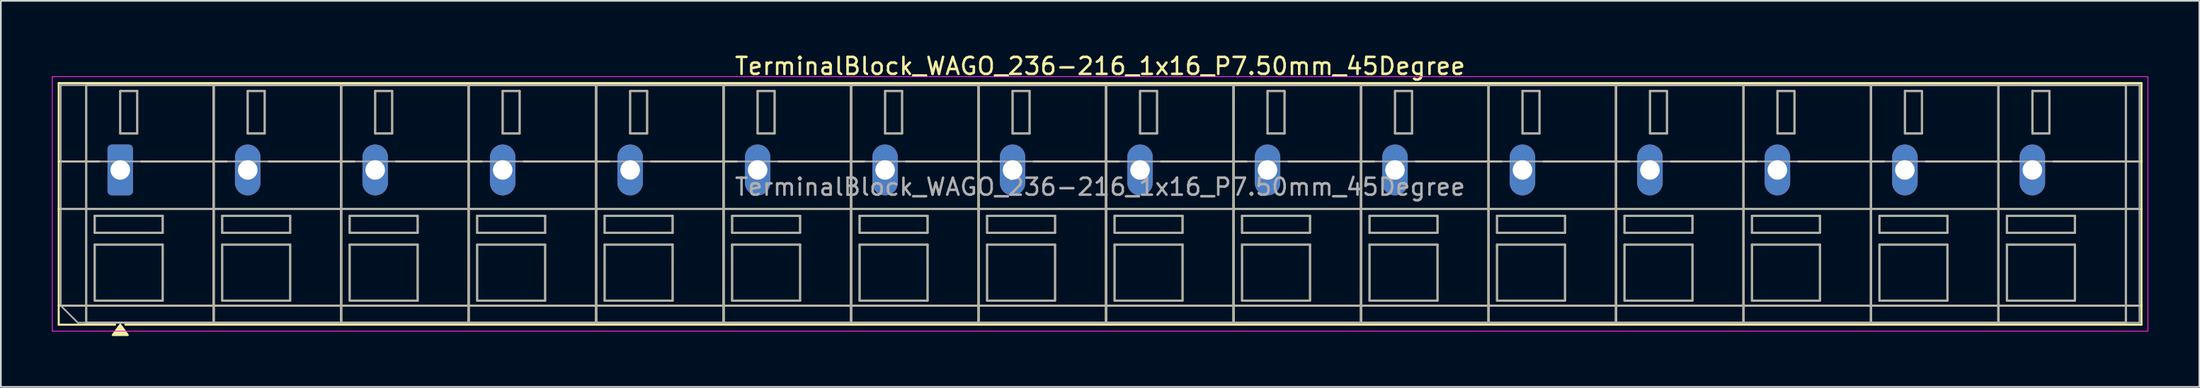
<source format=kicad_pcb>
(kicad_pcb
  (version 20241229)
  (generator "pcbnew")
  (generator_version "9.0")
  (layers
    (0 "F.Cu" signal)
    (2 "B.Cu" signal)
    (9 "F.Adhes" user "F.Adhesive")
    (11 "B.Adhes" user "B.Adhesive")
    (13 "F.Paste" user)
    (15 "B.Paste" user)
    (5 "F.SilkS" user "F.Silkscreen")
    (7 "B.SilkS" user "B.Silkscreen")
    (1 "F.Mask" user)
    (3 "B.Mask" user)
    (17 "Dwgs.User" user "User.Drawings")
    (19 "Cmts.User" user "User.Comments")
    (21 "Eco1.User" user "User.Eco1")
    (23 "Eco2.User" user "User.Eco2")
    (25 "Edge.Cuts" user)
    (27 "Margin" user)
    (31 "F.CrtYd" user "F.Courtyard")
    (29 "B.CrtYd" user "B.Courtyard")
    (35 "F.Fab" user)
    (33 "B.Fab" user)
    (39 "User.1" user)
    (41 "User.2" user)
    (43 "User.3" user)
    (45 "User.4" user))
  (footprint "TerminalBlock_WAGO_236-216_1x16_P7.50mm_45Degree"
    (layer "F.Cu")
    (at 4.025 6.968)
    (property "Reference" "TerminalBlock_WAGO_236-216_1x16_P7.50mm_45Degree" (at 57.65 -6.12 0) (layer "F.SilkS") (effects (font (size 1 1) (thickness 0.15))))
    (attr through_hole)
    (fp_line (start -3.62 -5.12) (end 118.92 -5.12) (stroke (width 0.12) (type solid)) (layer "F.SilkS"))
    (fp_line (start -3.62 -0.5) (end -1.23 -0.5) (stroke (width 0.12) (type solid)) (layer "F.SilkS"))
    (fp_line (start -3.62 2.3) (end 118.92 2.3) (stroke (width 0.12) (type solid)) (layer "F.SilkS"))
    (fp_line (start -3.62 8) (end 118.92 8) (stroke (width 0.12) (type solid)) (layer "F.SilkS"))
    (fp_line (start -3.62 9.12) (end -3.62 -5.12) (stroke (width 0.12) (type solid)) (layer "F.SilkS"))
    (fp_line (start -2 -5) (end 5.5 -5) (stroke (width 0.12) (type solid)) (layer "F.SilkS"))
    (fp_line (start -2 9) (end -2 -5) (stroke (width 0.12) (type solid)) (layer "F.SilkS"))
    (fp_line (start -1.5 2.7) (end 2.5 2.7) (stroke (width 0.12) (type solid)) (layer "F.SilkS"))
    (fp_line (start -1.5 3.7) (end -1.5 2.7) (stroke (width 0.12) (type solid)) (layer "F.SilkS"))
    (fp_line (start -1.5 4.4) (end 2.5 4.4) (stroke (width 0.12) (type solid)) (layer "F.SilkS"))
    (fp_line (start -1.5 7.7) (end -1.5 4.4) (stroke (width 0.12) (type solid)) (layer "F.SilkS"))
    (fp_line (start -0.3 9.12) (end -3.62 9.12) (stroke (width 0.12) (type solid)) (layer "F.SilkS"))
    (fp_line (start 0 -4.65) (end 1 -4.65) (stroke (width 0.12) (type solid)) (layer "F.SilkS"))
    (fp_line (start 0 -2.15) (end 0 -4.65) (stroke (width 0.12) (type solid)) (layer "F.SilkS"))
    (fp_line (start 1 -4.65) (end 1 -2.15) (stroke (width 0.12) (type solid)) (layer "F.SilkS"))
    (fp_line (start 1 -2.15) (end 0 -2.15) (stroke (width 0.12) (type solid)) (layer "F.SilkS"))
    (fp_line (start 1.23 -0.5) (end 6.27 -0.5) (stroke (width 0.12) (type solid)) (layer "F.SilkS"))
    (fp_line (start 2.5 2.7) (end 2.5 3.7) (stroke (width 0.12) (type solid)) (layer "F.SilkS"))
    (fp_line (start 2.5 3.7) (end -1.5 3.7) (stroke (width 0.12) (type solid)) (layer "F.SilkS"))
    (fp_line (start 2.5 4.4) (end 2.5 7.7) (stroke (width 0.12) (type solid)) (layer "F.SilkS"))
    (fp_line (start 2.5 7.7) (end -1.5 7.7) (stroke (width 0.12) (type solid)) (layer "F.SilkS"))
    (fp_line (start 5.5 -5) (end 5.5 9) (stroke (width 0.12) (type solid)) (layer "F.SilkS"))
    (fp_line (start 5.5 -5) (end 13 -5) (stroke (width 0.12) (type solid)) (layer "F.SilkS"))
    (fp_line (start 5.5 9) (end -2 9) (stroke (width 0.12) (type solid)) (layer "F.SilkS"))
    (fp_line (start 5.5 9) (end 5.5 -5) (stroke (width 0.12) (type solid)) (layer "F.SilkS"))
    (fp_line (start 6 2.7) (end 10 2.7) (stroke (width 0.12) (type solid)) (layer "F.SilkS"))
    (fp_line (start 6 3.7) (end 6 2.7) (stroke (width 0.12) (type solid)) (layer "F.SilkS"))
    (fp_line (start 6 4.4) (end 10 4.4) (stroke (width 0.12) (type solid)) (layer "F.SilkS"))
    (fp_line (start 6 7.7) (end 6 4.4) (stroke (width 0.12) (type solid)) (layer "F.SilkS"))
    (fp_line (start 7.5 -4.65) (end 8.5 -4.65) (stroke (width 0.12) (type solid)) (layer "F.SilkS"))
    (fp_line (start 7.5 -2.15) (end 7.5 -4.65) (stroke (width 0.12) (type solid)) (layer "F.SilkS"))
    (fp_line (start 8.5 -4.65) (end 8.5 -2.15) (stroke (width 0.12) (type solid)) (layer "F.SilkS"))
    (fp_line (start 8.5 -2.15) (end 7.5 -2.15) (stroke (width 0.12) (type solid)) (layer "F.SilkS"))
    (fp_line (start 8.73 -0.5) (end 13.77 -0.5) (stroke (width 0.12) (type solid)) (layer "F.SilkS"))
    (fp_line (start 10 2.7) (end 10 3.7) (stroke (width 0.12) (type solid)) (layer "F.SilkS"))
    (fp_line (start 10 3.7) (end 6 3.7) (stroke (width 0.12) (type solid)) (layer "F.SilkS"))
    (fp_line (start 10 4.4) (end 10 7.7) (stroke (width 0.12) (type solid)) (layer "F.SilkS"))
    (fp_line (start 10 7.7) (end 6 7.7) (stroke (width 0.12) (type solid)) (layer "F.SilkS"))
    (fp_line (start 13 -5) (end 13 9) (stroke (width 0.12) (type solid)) (layer "F.SilkS"))
    (fp_line (start 13 -5) (end 20.5 -5) (stroke (width 0.12) (type solid)) (layer "F.SilkS"))
    (fp_line (start 13 9) (end 5.5 9) (stroke (width 0.12) (type solid)) (layer "F.SilkS"))
    (fp_line (start 13 9) (end 13 -5) (stroke (width 0.12) (type solid)) (layer "F.SilkS"))
    (fp_line (start 13.5 2.7) (end 17.5 2.7) (stroke (width 0.12) (type solid)) (layer "F.SilkS"))
    (fp_line (start 13.5 3.7) (end 13.5 2.7) (stroke (width 0.12) (type solid)) (layer "F.SilkS"))
    (fp_line (start 13.5 4.4) (end 17.5 4.4) (stroke (width 0.12) (type solid)) (layer "F.SilkS"))
    (fp_line (start 13.5 7.7) (end 13.5 4.4) (stroke (width 0.12) (type solid)) (layer "F.SilkS"))
    (fp_line (start 15 -4.65) (end 16 -4.65) (stroke (width 0.12) (type solid)) (layer "F.SilkS"))
    (fp_line (start 15 -2.15) (end 15 -4.65) (stroke (width 0.12) (type solid)) (layer "F.SilkS"))
    (fp_line (start 16 -4.65) (end 16 -2.15) (stroke (width 0.12) (type solid)) (layer "F.SilkS"))
    (fp_line (start 16 -2.15) (end 15 -2.15) (stroke (width 0.12) (type solid)) (layer "F.SilkS"))
    (fp_line (start 16.23 -0.5) (end 21.27 -0.5) (stroke (width 0.12) (type solid)) (layer "F.SilkS"))
    (fp_line (start 17.5 2.7) (end 17.5 3.7) (stroke (width 0.12) (type solid)) (layer "F.SilkS"))
    (fp_line (start 17.5 3.7) (end 13.5 3.7) (stroke (width 0.12) (type solid)) (layer "F.SilkS"))
    (fp_line (start 17.5 4.4) (end 17.5 7.7) (stroke (width 0.12) (type solid)) (layer "F.SilkS"))
    (fp_line (start 17.5 7.7) (end 13.5 7.7) (stroke (width 0.12) (type solid)) (layer "F.SilkS"))
    (fp_line (start 20.5 -5) (end 20.5 9) (stroke (width 0.12) (type solid)) (layer "F.SilkS"))
    (fp_line (start 20.5 -5) (end 28 -5) (stroke (width 0.12) (type solid)) (layer "F.SilkS"))
    (fp_line (start 20.5 9) (end 13 9) (stroke (width 0.12) (type solid)) (layer "F.SilkS"))
    (fp_line (start 20.5 9) (end 20.5 -5) (stroke (width 0.12) (type solid)) (layer "F.SilkS"))
    (fp_line (start 21 2.7) (end 25 2.7) (stroke (width 0.12) (type solid)) (layer "F.SilkS"))
    (fp_line (start 21 3.7) (end 21 2.7) (stroke (width 0.12) (type solid)) (layer "F.SilkS"))
    (fp_line (start 21 4.4) (end 25 4.4) (stroke (width 0.12) (type solid)) (layer "F.SilkS"))
    (fp_line (start 21 7.7) (end 21 4.4) (stroke (width 0.12) (type solid)) (layer "F.SilkS"))
    (fp_line (start 22.5 -4.65) (end 23.5 -4.65) (stroke (width 0.12) (type solid)) (layer "F.SilkS"))
    (fp_line (start 22.5 -2.15) (end 22.5 -4.65) (stroke (width 0.12) (type solid)) (layer "F.SilkS"))
    (fp_line (start 23.5 -4.65) (end 23.5 -2.15) (stroke (width 0.12) (type solid)) (layer "F.SilkS"))
    (fp_line (start 23.5 -2.15) (end 22.5 -2.15) (stroke (width 0.12) (type solid)) (layer "F.SilkS"))
    (fp_line (start 23.73 -0.5) (end 28.77 -0.5) (stroke (width 0.12) (type solid)) (layer "F.SilkS"))
    (fp_line (start 25 2.7) (end 25 3.7) (stroke (width 0.12) (type solid)) (layer "F.SilkS"))
    (fp_line (start 25 3.7) (end 21 3.7) (stroke (width 0.12) (type solid)) (layer "F.SilkS"))
    (fp_line (start 25 4.4) (end 25 7.7) (stroke (width 0.12) (type solid)) (layer "F.SilkS"))
    (fp_line (start 25 7.7) (end 21 7.7) (stroke (width 0.12) (type solid)) (layer "F.SilkS"))
    (fp_line (start 28 -5) (end 28 9) (stroke (width 0.12) (type solid)) (layer "F.SilkS"))
    (fp_line (start 28 -5) (end 35.5 -5) (stroke (width 0.12) (type solid)) (layer "F.SilkS"))
    (fp_line (start 28 9) (end 20.5 9) (stroke (width 0.12) (type solid)) (layer "F.SilkS"))
    (fp_line (start 28 9) (end 28 -5) (stroke (width 0.12) (type solid)) (layer "F.SilkS"))
    (fp_line (start 28.5 2.7) (end 32.5 2.7) (stroke (width 0.12) (type solid)) (layer "F.SilkS"))
    (fp_line (start 28.5 3.7) (end 28.5 2.7) (stroke (width 0.12) (type solid)) (layer "F.SilkS"))
    (fp_line (start 28.5 4.4) (end 32.5 4.4) (stroke (width 0.12) (type solid)) (layer "F.SilkS"))
    (fp_line (start 28.5 7.7) (end 28.5 4.4) (stroke (width 0.12) (type solid)) (layer "F.SilkS"))
    (fp_line (start 30 -4.65) (end 31 -4.65) (stroke (width 0.12) (type solid)) (layer "F.SilkS"))
    (fp_line (start 30 -2.15) (end 30 -4.65) (stroke (width 0.12) (type solid)) (layer "F.SilkS"))
    (fp_line (start 31 -4.65) (end 31 -2.15) (stroke (width 0.12) (type solid)) (layer "F.SilkS"))
    (fp_line (start 31 -2.15) (end 30 -2.15) (stroke (width 0.12) (type solid)) (layer "F.SilkS"))
    (fp_line (start 31.23 -0.5) (end 36.27 -0.5) (stroke (width 0.12) (type solid)) (layer "F.SilkS"))
    (fp_line (start 32.5 2.7) (end 32.5 3.7) (stroke (width 0.12) (type solid)) (layer "F.SilkS"))
    (fp_line (start 32.5 3.7) (end 28.5 3.7) (stroke (width 0.12) (type solid)) (layer "F.SilkS"))
    (fp_line (start 32.5 4.4) (end 32.5 7.7) (stroke (width 0.12) (type solid)) (layer "F.SilkS"))
    (fp_line (start 32.5 7.7) (end 28.5 7.7) (stroke (width 0.12) (type solid)) (layer "F.SilkS"))
    (fp_line (start 35.5 -5) (end 35.5 9) (stroke (width 0.12) (type solid)) (layer "F.SilkS"))
    (fp_line (start 35.5 -5) (end 43 -5) (stroke (width 0.12) (type solid)) (layer "F.SilkS"))
    (fp_line (start 35.5 9) (end 28 9) (stroke (width 0.12) (type solid)) (layer "F.SilkS"))
    (fp_line (start 35.5 9) (end 35.5 -5) (stroke (width 0.12) (type solid)) (layer "F.SilkS"))
    (fp_line (start 36 2.7) (end 40 2.7) (stroke (width 0.12) (type solid)) (layer "F.SilkS"))
    (fp_line (start 36 3.7) (end 36 2.7) (stroke (width 0.12) (type solid)) (layer "F.SilkS"))
    (fp_line (start 36 4.4) (end 40 4.4) (stroke (width 0.12) (type solid)) (layer "F.SilkS"))
    (fp_line (start 36 7.7) (end 36 4.4) (stroke (width 0.12) (type solid)) (layer "F.SilkS"))
    (fp_line (start 37.5 -4.65) (end 38.5 -4.65) (stroke (width 0.12) (type solid)) (layer "F.SilkS"))
    (fp_line (start 37.5 -2.15) (end 37.5 -4.65) (stroke (width 0.12) (type solid)) (layer "F.SilkS"))
    (fp_line (start 38.5 -4.65) (end 38.5 -2.15) (stroke (width 0.12) (type solid)) (layer "F.SilkS"))
    (fp_line (start 38.5 -2.15) (end 37.5 -2.15) (stroke (width 0.12) (type solid)) (layer "F.SilkS"))
    (fp_line (start 38.73 -0.5) (end 43.77 -0.5) (stroke (width 0.12) (type solid)) (layer "F.SilkS"))
    (fp_line (start 40 2.7) (end 40 3.7) (stroke (width 0.12) (type solid)) (layer "F.SilkS"))
    (fp_line (start 40 3.7) (end 36 3.7) (stroke (width 0.12) (type solid)) (layer "F.SilkS"))
    (fp_line (start 40 4.4) (end 40 7.7) (stroke (width 0.12) (type solid)) (layer "F.SilkS"))
    (fp_line (start 40 7.7) (end 36 7.7) (stroke (width 0.12) (type solid)) (layer "F.SilkS"))
    (fp_line (start 43 -5) (end 43 9) (stroke (width 0.12) (type solid)) (layer "F.SilkS"))
    (fp_line (start 43 -5) (end 50.5 -5) (stroke (width 0.12) (type solid)) (layer "F.SilkS"))
    (fp_line (start 43 9) (end 35.5 9) (stroke (width 0.12) (type solid)) (layer "F.SilkS"))
    (fp_line (start 43 9) (end 43 -5) (stroke (width 0.12) (type solid)) (layer "F.SilkS"))
    (fp_line (start 43.5 2.7) (end 47.5 2.7) (stroke (width 0.12) (type solid)) (layer "F.SilkS"))
    (fp_line (start 43.5 3.7) (end 43.5 2.7) (stroke (width 0.12) (type solid)) (layer "F.SilkS"))
    (fp_line (start 43.5 4.4) (end 47.5 4.4) (stroke (width 0.12) (type solid)) (layer "F.SilkS"))
    (fp_line (start 43.5 7.7) (end 43.5 4.4) (stroke (width 0.12) (type solid)) (layer "F.SilkS"))
    (fp_line (start 45 -4.65) (end 46 -4.65) (stroke (width 0.12) (type solid)) (layer "F.SilkS"))
    (fp_line (start 45 -2.15) (end 45 -4.65) (stroke (width 0.12) (type solid)) (layer "F.SilkS"))
    (fp_line (start 46 -4.65) (end 46 -2.15) (stroke (width 0.12) (type solid)) (layer "F.SilkS"))
    (fp_line (start 46 -2.15) (end 45 -2.15) (stroke (width 0.12) (type solid)) (layer "F.SilkS"))
    (fp_line (start 46.23 -0.5) (end 51.27 -0.5) (stroke (width 0.12) (type solid)) (layer "F.SilkS"))
    (fp_line (start 47.5 2.7) (end 47.5 3.7) (stroke (width 0.12) (type solid)) (layer "F.SilkS"))
    (fp_line (start 47.5 3.7) (end 43.5 3.7) (stroke (width 0.12) (type solid)) (layer "F.SilkS"))
    (fp_line (start 47.5 4.4) (end 47.5 7.7) (stroke (width 0.12) (type solid)) (layer "F.SilkS"))
    (fp_line (start 47.5 7.7) (end 43.5 7.7) (stroke (width 0.12) (type solid)) (layer "F.SilkS"))
    (fp_line (start 50.5 -5) (end 50.5 9) (stroke (width 0.12) (type solid)) (layer "F.SilkS"))
    (fp_line (start 50.5 -5) (end 58 -5) (stroke (width 0.12) (type solid)) (layer "F.SilkS"))
    (fp_line (start 50.5 9) (end 43 9) (stroke (width 0.12) (type solid)) (layer "F.SilkS"))
    (fp_line (start 50.5 9) (end 50.5 -5) (stroke (width 0.12) (type solid)) (layer "F.SilkS"))
    (fp_line (start 51 2.7) (end 55 2.7) (stroke (width 0.12) (type solid)) (layer "F.SilkS"))
    (fp_line (start 51 3.7) (end 51 2.7) (stroke (width 0.12) (type solid)) (layer "F.SilkS"))
    (fp_line (start 51 4.4) (end 55 4.4) (stroke (width 0.12) (type solid)) (layer "F.SilkS"))
    (fp_line (start 51 7.7) (end 51 4.4) (stroke (width 0.12) (type solid)) (layer "F.SilkS"))
    (fp_line (start 52.5 -4.65) (end 53.5 -4.65) (stroke (width 0.12) (type solid)) (layer "F.SilkS"))
    (fp_line (start 52.5 -2.15) (end 52.5 -4.65) (stroke (width 0.12) (type solid)) (layer "F.SilkS"))
    (fp_line (start 53.5 -4.65) (end 53.5 -2.15) (stroke (width 0.12) (type solid)) (layer "F.SilkS"))
    (fp_line (start 53.5 -2.15) (end 52.5 -2.15) (stroke (width 0.12) (type solid)) (layer "F.SilkS"))
    (fp_line (start 53.73 -0.5) (end 58.77 -0.5) (stroke (width 0.12) (type solid)) (layer "F.SilkS"))
    (fp_line (start 55 2.7) (end 55 3.7) (stroke (width 0.12) (type solid)) (layer "F.SilkS"))
    (fp_line (start 55 3.7) (end 51 3.7) (stroke (width 0.12) (type solid)) (layer "F.SilkS"))
    (fp_line (start 55 4.4) (end 55 7.7) (stroke (width 0.12) (type solid)) (layer "F.SilkS"))
    (fp_line (start 55 7.7) (end 51 7.7) (stroke (width 0.12) (type solid)) (layer "F.SilkS"))
    (fp_line (start 58 -5) (end 58 9) (stroke (width 0.12) (type solid)) (layer "F.SilkS"))
    (fp_line (start 58 -5) (end 65.5 -5) (stroke (width 0.12) (type solid)) (layer "F.SilkS"))
    (fp_line (start 58 9) (end 50.5 9) (stroke (width 0.12) (type solid)) (layer "F.SilkS"))
    (fp_line (start 58 9) (end 58 -5) (stroke (width 0.12) (type solid)) (layer "F.SilkS"))
    (fp_line (start 58.5 2.7) (end 62.5 2.7) (stroke (width 0.12) (type solid)) (layer "F.SilkS"))
    (fp_line (start 58.5 3.7) (end 58.5 2.7) (stroke (width 0.12) (type solid)) (layer "F.SilkS"))
    (fp_line (start 58.5 4.4) (end 62.5 4.4) (stroke (width 0.12) (type solid)) (layer "F.SilkS"))
    (fp_line (start 58.5 7.7) (end 58.5 4.4) (stroke (width 0.12) (type solid)) (layer "F.SilkS"))
    (fp_line (start 60 -4.65) (end 61 -4.65) (stroke (width 0.12) (type solid)) (layer "F.SilkS"))
    (fp_line (start 60 -2.15) (end 60 -4.65) (stroke (width 0.12) (type solid)) (layer "F.SilkS"))
    (fp_line (start 61 -4.65) (end 61 -2.15) (stroke (width 0.12) (type solid)) (layer "F.SilkS"))
    (fp_line (start 61 -2.15) (end 60 -2.15) (stroke (width 0.12) (type solid)) (layer "F.SilkS"))
    (fp_line (start 61.23 -0.5) (end 66.27 -0.5) (stroke (width 0.12) (type solid)) (layer "F.SilkS"))
    (fp_line (start 62.5 2.7) (end 62.5 3.7) (stroke (width 0.12) (type solid)) (layer "F.SilkS"))
    (fp_line (start 62.5 3.7) (end 58.5 3.7) (stroke (width 0.12) (type solid)) (layer "F.SilkS"))
    (fp_line (start 62.5 4.4) (end 62.5 7.7) (stroke (width 0.12) (type solid)) (layer "F.SilkS"))
    (fp_line (start 62.5 7.7) (end 58.5 7.7) (stroke (width 0.12) (type solid)) (layer "F.SilkS"))
    (fp_line (start 65.5 -5) (end 65.5 9) (stroke (width 0.12) (type solid)) (layer "F.SilkS"))
    (fp_line (start 65.5 -5) (end 73 -5) (stroke (width 0.12) (type solid)) (layer "F.SilkS"))
    (fp_line (start 65.5 9) (end 58 9) (stroke (width 0.12) (type solid)) (layer "F.SilkS"))
    (fp_line (start 65.5 9) (end 65.5 -5) (stroke (width 0.12) (type solid)) (layer "F.SilkS"))
    (fp_line (start 66 2.7) (end 70 2.7) (stroke (width 0.12) (type solid)) (layer "F.SilkS"))
    (fp_line (start 66 3.7) (end 66 2.7) (stroke (width 0.12) (type solid)) (layer "F.SilkS"))
    (fp_line (start 66 4.4) (end 70 4.4) (stroke (width 0.12) (type solid)) (layer "F.SilkS"))
    (fp_line (start 66 7.7) (end 66 4.4) (stroke (width 0.12) (type solid)) (layer "F.SilkS"))
    (fp_line (start 67.5 -4.65) (end 68.5 -4.65) (stroke (width 0.12) (type solid)) (layer "F.SilkS"))
    (fp_line (start 67.5 -2.15) (end 67.5 -4.65) (stroke (width 0.12) (type solid)) (layer "F.SilkS"))
    (fp_line (start 68.5 -4.65) (end 68.5 -2.15) (stroke (width 0.12) (type solid)) (layer "F.SilkS"))
    (fp_line (start 68.5 -2.15) (end 67.5 -2.15) (stroke (width 0.12) (type solid)) (layer "F.SilkS"))
    (fp_line (start 68.73 -0.5) (end 73.77 -0.5) (stroke (width 0.12) (type solid)) (layer "F.SilkS"))
    (fp_line (start 70 2.7) (end 70 3.7) (stroke (width 0.12) (type solid)) (layer "F.SilkS"))
    (fp_line (start 70 3.7) (end 66 3.7) (stroke (width 0.12) (type solid)) (layer "F.SilkS"))
    (fp_line (start 70 4.4) (end 70 7.7) (stroke (width 0.12) (type solid)) (layer "F.SilkS"))
    (fp_line (start 70 7.7) (end 66 7.7) (stroke (width 0.12) (type solid)) (layer "F.SilkS"))
    (fp_line (start 73 -5) (end 73 9) (stroke (width 0.12) (type solid)) (layer "F.SilkS"))
    (fp_line (start 73 -5) (end 80.5 -5) (stroke (width 0.12) (type solid)) (layer "F.SilkS"))
    (fp_line (start 73 9) (end 65.5 9) (stroke (width 0.12) (type solid)) (layer "F.SilkS"))
    (fp_line (start 73 9) (end 73 -5) (stroke (width 0.12) (type solid)) (layer "F.SilkS"))
    (fp_line (start 73.5 2.7) (end 77.5 2.7) (stroke (width 0.12) (type solid)) (layer "F.SilkS"))
    (fp_line (start 73.5 3.7) (end 73.5 2.7) (stroke (width 0.12) (type solid)) (layer "F.SilkS"))
    (fp_line (start 73.5 4.4) (end 77.5 4.4) (stroke (width 0.12) (type solid)) (layer "F.SilkS"))
    (fp_line (start 73.5 7.7) (end 73.5 4.4) (stroke (width 0.12) (type solid)) (layer "F.SilkS"))
    (fp_line (start 75 -4.65) (end 76 -4.65) (stroke (width 0.12) (type solid)) (layer "F.SilkS"))
    (fp_line (start 75 -2.15) (end 75 -4.65) (stroke (width 0.12) (type solid)) (layer "F.SilkS"))
    (fp_line (start 76 -4.65) (end 76 -2.15) (stroke (width 0.12) (type solid)) (layer "F.SilkS"))
    (fp_line (start 76 -2.15) (end 75 -2.15) (stroke (width 0.12) (type solid)) (layer "F.SilkS"))
    (fp_line (start 76.23 -0.5) (end 81.27 -0.5) (stroke (width 0.12) (type solid)) (layer "F.SilkS"))
    (fp_line (start 77.5 2.7) (end 77.5 3.7) (stroke (width 0.12) (type solid)) (layer "F.SilkS"))
    (fp_line (start 77.5 3.7) (end 73.5 3.7) (stroke (width 0.12) (type solid)) (layer "F.SilkS"))
    (fp_line (start 77.5 4.4) (end 77.5 7.7) (stroke (width 0.12) (type solid)) (layer "F.SilkS"))
    (fp_line (start 77.5 7.7) (end 73.5 7.7) (stroke (width 0.12) (type solid)) (layer "F.SilkS"))
    (fp_line (start 80.5 -5) (end 80.5 9) (stroke (width 0.12) (type solid)) (layer "F.SilkS"))
    (fp_line (start 80.5 -5) (end 88 -5) (stroke (width 0.12) (type solid)) (layer "F.SilkS"))
    (fp_line (start 80.5 9) (end 73 9) (stroke (width 0.12) (type solid)) (layer "F.SilkS"))
    (fp_line (start 80.5 9) (end 80.5 -5) (stroke (width 0.12) (type solid)) (layer "F.SilkS"))
    (fp_line (start 81 2.7) (end 85 2.7) (stroke (width 0.12) (type solid)) (layer "F.SilkS"))
    (fp_line (start 81 3.7) (end 81 2.7) (stroke (width 0.12) (type solid)) (layer "F.SilkS"))
    (fp_line (start 81 4.4) (end 85 4.4) (stroke (width 0.12) (type solid)) (layer "F.SilkS"))
    (fp_line (start 81 7.7) (end 81 4.4) (stroke (width 0.12) (type solid)) (layer "F.SilkS"))
    (fp_line (start 82.5 -4.65) (end 83.5 -4.65) (stroke (width 0.12) (type solid)) (layer "F.SilkS"))
    (fp_line (start 82.5 -2.15) (end 82.5 -4.65) (stroke (width 0.12) (type solid)) (layer "F.SilkS"))
    (fp_line (start 83.5 -4.65) (end 83.5 -2.15) (stroke (width 0.12) (type solid)) (layer "F.SilkS"))
    (fp_line (start 83.5 -2.15) (end 82.5 -2.15) (stroke (width 0.12) (type solid)) (layer "F.SilkS"))
    (fp_line (start 83.73 -0.5) (end 88.77 -0.5) (stroke (width 0.12) (type solid)) (layer "F.SilkS"))
    (fp_line (start 85 2.7) (end 85 3.7) (stroke (width 0.12) (type solid)) (layer "F.SilkS"))
    (fp_line (start 85 3.7) (end 81 3.7) (stroke (width 0.12) (type solid)) (layer "F.SilkS"))
    (fp_line (start 85 4.4) (end 85 7.7) (stroke (width 0.12) (type solid)) (layer "F.SilkS"))
    (fp_line (start 85 7.7) (end 81 7.7) (stroke (width 0.12) (type solid)) (layer "F.SilkS"))
    (fp_line (start 88 -5) (end 88 9) (stroke (width 0.12) (type solid)) (layer "F.SilkS"))
    (fp_line (start 88 -5) (end 95.5 -5) (stroke (width 0.12) (type solid)) (layer "F.SilkS"))
    (fp_line (start 88 9) (end 80.5 9) (stroke (width 0.12) (type solid)) (layer "F.SilkS"))
    (fp_line (start 88 9) (end 88 -5) (stroke (width 0.12) (type solid)) (layer "F.SilkS"))
    (fp_line (start 88.5 2.7) (end 92.5 2.7) (stroke (width 0.12) (type solid)) (layer "F.SilkS"))
    (fp_line (start 88.5 3.7) (end 88.5 2.7) (stroke (width 0.12) (type solid)) (layer "F.SilkS"))
    (fp_line (start 88.5 4.4) (end 92.5 4.4) (stroke (width 0.12) (type solid)) (layer "F.SilkS"))
    (fp_line (start 88.5 7.7) (end 88.5 4.4) (stroke (width 0.12) (type solid)) (layer "F.SilkS"))
    (fp_line (start 90 -4.65) (end 91 -4.65) (stroke (width 0.12) (type solid)) (layer "F.SilkS"))
    (fp_line (start 90 -2.15) (end 90 -4.65) (stroke (width 0.12) (type solid)) (layer "F.SilkS"))
    (fp_line (start 91 -4.65) (end 91 -2.15) (stroke (width 0.12) (type solid)) (layer "F.SilkS"))
    (fp_line (start 91 -2.15) (end 90 -2.15) (stroke (width 0.12) (type solid)) (layer "F.SilkS"))
    (fp_line (start 91.23 -0.5) (end 96.27 -0.5) (stroke (width 0.12) (type solid)) (layer "F.SilkS"))
    (fp_line (start 92.5 2.7) (end 92.5 3.7) (stroke (width 0.12) (type solid)) (layer "F.SilkS"))
    (fp_line (start 92.5 3.7) (end 88.5 3.7) (stroke (width 0.12) (type solid)) (layer "F.SilkS"))
    (fp_line (start 92.5 4.4) (end 92.5 7.7) (stroke (width 0.12) (type solid)) (layer "F.SilkS"))
    (fp_line (start 92.5 7.7) (end 88.5 7.7) (stroke (width 0.12) (type solid)) (layer "F.SilkS"))
    (fp_line (start 95.5 -5) (end 95.5 9) (stroke (width 0.12) (type solid)) (layer "F.SilkS"))
    (fp_line (start 95.5 -5) (end 103 -5) (stroke (width 0.12) (type solid)) (layer "F.SilkS"))
    (fp_line (start 95.5 9) (end 88 9) (stroke (width 0.12) (type solid)) (layer "F.SilkS"))
    (fp_line (start 95.5 9) (end 95.5 -5) (stroke (width 0.12) (type solid)) (layer "F.SilkS"))
    (fp_line (start 96 2.7) (end 100 2.7) (stroke (width 0.12) (type solid)) (layer "F.SilkS"))
    (fp_line (start 96 3.7) (end 96 2.7) (stroke (width 0.12) (type solid)) (layer "F.SilkS"))
    (fp_line (start 96 4.4) (end 100 4.4) (stroke (width 0.12) (type solid)) (layer "F.SilkS"))
    (fp_line (start 96 7.7) (end 96 4.4) (stroke (width 0.12) (type solid)) (layer "F.SilkS"))
    (fp_line (start 97.5 -4.65) (end 98.5 -4.65) (stroke (width 0.12) (type solid)) (layer "F.SilkS"))
    (fp_line (start 97.5 -2.15) (end 97.5 -4.65) (stroke (width 0.12) (type solid)) (layer "F.SilkS"))
    (fp_line (start 98.5 -4.65) (end 98.5 -2.15) (stroke (width 0.12) (type solid)) (layer "F.SilkS"))
    (fp_line (start 98.5 -2.15) (end 97.5 -2.15) (stroke (width 0.12) (type solid)) (layer "F.SilkS"))
    (fp_line (start 98.73 -0.5) (end 103.77 -0.5) (stroke (width 0.12) (type solid)) (layer "F.SilkS"))
    (fp_line (start 100 2.7) (end 100 3.7) (stroke (width 0.12) (type solid)) (layer "F.SilkS"))
    (fp_line (start 100 3.7) (end 96 3.7) (stroke (width 0.12) (type solid)) (layer "F.SilkS"))
    (fp_line (start 100 4.4) (end 100 7.7) (stroke (width 0.12) (type solid)) (layer "F.SilkS"))
    (fp_line (start 100 7.7) (end 96 7.7) (stroke (width 0.12) (type solid)) (layer "F.SilkS"))
    (fp_line (start 103 -5) (end 103 9) (stroke (width 0.12) (type solid)) (layer "F.SilkS"))
    (fp_line (start 103 -5) (end 110.5 -5) (stroke (width 0.12) (type solid)) (layer "F.SilkS"))
    (fp_line (start 103 9) (end 95.5 9) (stroke (width 0.12) (type solid)) (layer "F.SilkS"))
    (fp_line (start 103 9) (end 103 -5) (stroke (width 0.12) (type solid)) (layer "F.SilkS"))
    (fp_line (start 103.5 2.7) (end 107.5 2.7) (stroke (width 0.12) (type solid)) (layer "F.SilkS"))
    (fp_line (start 103.5 3.7) (end 103.5 2.7) (stroke (width 0.12) (type solid)) (layer "F.SilkS"))
    (fp_line (start 103.5 4.4) (end 107.5 4.4) (stroke (width 0.12) (type solid)) (layer "F.SilkS"))
    (fp_line (start 103.5 7.7) (end 103.5 4.4) (stroke (width 0.12) (type solid)) (layer "F.SilkS"))
    (fp_line (start 105 -4.65) (end 106 -4.65) (stroke (width 0.12) (type solid)) (layer "F.SilkS"))
    (fp_line (start 105 -2.15) (end 105 -4.65) (stroke (width 0.12) (type solid)) (layer "F.SilkS"))
    (fp_line (start 106 -4.65) (end 106 -2.15) (stroke (width 0.12) (type solid)) (layer "F.SilkS"))
    (fp_line (start 106 -2.15) (end 105 -2.15) (stroke (width 0.12) (type solid)) (layer "F.SilkS"))
    (fp_line (start 106.23 -0.5) (end 111.27 -0.5) (stroke (width 0.12) (type solid)) (layer "F.SilkS"))
    (fp_line (start 107.5 2.7) (end 107.5 3.7) (stroke (width 0.12) (type solid)) (layer "F.SilkS"))
    (fp_line (start 107.5 3.7) (end 103.5 3.7) (stroke (width 0.12) (type solid)) (layer "F.SilkS"))
    (fp_line (start 107.5 4.4) (end 107.5 7.7) (stroke (width 0.12) (type solid)) (layer "F.SilkS"))
    (fp_line (start 107.5 7.7) (end 103.5 7.7) (stroke (width 0.12) (type solid)) (layer "F.SilkS"))
    (fp_line (start 110.5 -5) (end 110.5 9) (stroke (width 0.12) (type solid)) (layer "F.SilkS"))
    (fp_line (start 110.5 -5) (end 118 -5) (stroke (width 0.12) (type solid)) (layer "F.SilkS"))
    (fp_line (start 110.5 9) (end 103 9) (stroke (width 0.12) (type solid)) (layer "F.SilkS"))
    (fp_line (start 110.5 9) (end 110.5 -5) (stroke (width 0.12) (type solid)) (layer "F.SilkS"))
    (fp_line (start 111 2.7) (end 115 2.7) (stroke (width 0.12) (type solid)) (layer "F.SilkS"))
    (fp_line (start 111 3.7) (end 111 2.7) (stroke (width 0.12) (type solid)) (layer "F.SilkS"))
    (fp_line (start 111 4.4) (end 115 4.4) (stroke (width 0.12) (type solid)) (layer "F.SilkS"))
    (fp_line (start 111 7.7) (end 111 4.4) (stroke (width 0.12) (type solid)) (layer "F.SilkS"))
    (fp_line (start 112.5 -4.65) (end 113.5 -4.65) (stroke (width 0.12) (type solid)) (layer "F.SilkS"))
    (fp_line (start 112.5 -2.15) (end 112.5 -4.65) (stroke (width 0.12) (type solid)) (layer "F.SilkS"))
    (fp_line (start 113.5 -4.65) (end 113.5 -2.15) (stroke (width 0.12) (type solid)) (layer "F.SilkS"))
    (fp_line (start 113.5 -2.15) (end 112.5 -2.15) (stroke (width 0.12) (type solid)) (layer "F.SilkS"))
    (fp_line (start 113.73 -0.5) (end 118.92 -0.5) (stroke (width 0.12) (type solid)) (layer "F.SilkS"))
    (fp_line (start 115 2.7) (end 115 3.7) (stroke (width 0.12) (type solid)) (layer "F.SilkS"))
    (fp_line (start 115 3.7) (end 111 3.7) (stroke (width 0.12) (type solid)) (layer "F.SilkS"))
    (fp_line (start 115 4.4) (end 115 7.7) (stroke (width 0.12) (type solid)) (layer "F.SilkS"))
    (fp_line (start 115 7.7) (end 111 7.7) (stroke (width 0.12) (type solid)) (layer "F.SilkS"))
    (fp_line (start 118 -5) (end 118 9) (stroke (width 0.12) (type solid)) (layer "F.SilkS"))
    (fp_line (start 118 9) (end 110.5 9) (stroke (width 0.12) (type solid)) (layer "F.SilkS"))
    (fp_line (start 118.92 -5.12) (end 118.92 9.12) (stroke (width 0.12) (type solid)) (layer "F.SilkS"))
    (fp_line (start 118.92 9.12) (end 0.3 9.12) (stroke (width 0.12) (type solid)) (layer "F.SilkS"))
    (fp_poly (pts (xy 0 9.12) (xy 0.44 9.73) (xy -0.44 9.73)) (stroke (width 0.12) (type solid)) (fill yes) (layer "F.SilkS"))
    (fp_line (start -4 -5.5) (end -4 9.5) (stroke (width 0.05) (type solid)) (layer "F.CrtYd"))
    (fp_line (start -4 9.5) (end 119.3 9.5) (stroke (width 0.05) (type solid)) (layer "F.CrtYd"))
    (fp_line (start 119.3 -5.5) (end -4 -5.5) (stroke (width 0.05) (type solid)) (layer "F.CrtYd"))
    (fp_line (start 119.3 9.5) (end 119.3 -5.5) (stroke (width 0.05) (type solid)) (layer "F.CrtYd"))
    (fp_line (start -3.5 -5) (end 118.8 -5) (stroke (width 0.1) (type solid)) (layer "F.Fab"))
    (fp_line (start -3.5 -0.5) (end 118.8 -0.5) (stroke (width 0.1) (type solid)) (layer "F.Fab"))
    (fp_line (start -3.5 2.3) (end 118.8 2.3) (stroke (width 0.1) (type solid)) (layer "F.Fab"))
    (fp_line (start -3.5 8) (end -3.5 -5) (stroke (width 0.1) (type solid)) (layer "F.Fab"))
    (fp_line (start -3.5 8) (end 118.8 8) (stroke (width 0.1) (type solid)) (layer "F.Fab"))
    (fp_line (start -2.5 9) (end -3.5 8) (stroke (width 0.1) (type solid)) (layer "F.Fab"))
    (fp_line (start -2 -5) (end -2 9) (stroke (width 0.1) (type solid)) (layer "F.Fab"))
    (fp_line (start -2 9) (end 5.5 9) (stroke (width 0.1) (type solid)) (layer "F.Fab"))
    (fp_line (start -1.5 2.7) (end -1.5 3.7) (stroke (width 0.1) (type solid)) (layer "F.Fab"))
    (fp_line (start -1.5 3.7) (end 2.5 3.7) (stroke (width 0.1) (type solid)) (layer "F.Fab"))
    (fp_line (start -1.5 4.4) (end -1.5 7.7) (stroke (width 0.1) (type solid)) (layer "F.Fab"))
    (fp_line (start -1.5 7.7) (end 2.5 7.7) (stroke (width 0.1) (type solid)) (layer "F.Fab"))
    (fp_line (start 0 -4.65) (end 0 -2.15) (stroke (width 0.1) (type solid)) (layer "F.Fab"))
    (fp_line (start 0 -2.15) (end 1 -2.15) (stroke (width 0.1) (type solid)) (layer "F.Fab"))
    (fp_line (start 1 -4.65) (end 0 -4.65) (stroke (width 0.1) (type solid)) (layer "F.Fab"))
    (fp_line (start 1 -2.15) (end 1 -4.65) (stroke (width 0.1) (type solid)) (layer "F.Fab"))
    (fp_line (start 2.5 2.7) (end -1.5 2.7) (stroke (width 0.1) (type solid)) (layer "F.Fab"))
    (fp_line (start 2.5 3.7) (end 2.5 2.7) (stroke (width 0.1) (type solid)) (layer "F.Fab"))
    (fp_line (start 2.5 4.4) (end -1.5 4.4) (stroke (width 0.1) (type solid)) (layer "F.Fab"))
    (fp_line (start 2.5 7.7) (end 2.5 4.4) (stroke (width 0.1) (type solid)) (layer "F.Fab"))
    (fp_line (start 5.5 -5) (end -2 -5) (stroke (width 0.1) (type solid)) (layer "F.Fab"))
    (fp_line (start 5.5 -5) (end 5.5 9) (stroke (width 0.1) (type solid)) (layer "F.Fab"))
    (fp_line (start 5.5 9) (end 5.5 -5) (stroke (width 0.1) (type solid)) (layer "F.Fab"))
    (fp_line (start 5.5 9) (end 13 9) (stroke (width 0.1) (type solid)) (layer "F.Fab"))
    (fp_line (start 6 2.7) (end 6 3.7) (stroke (width 0.1) (type solid)) (layer "F.Fab"))
    (fp_line (start 6 3.7) (end 10 3.7) (stroke (width 0.1) (type solid)) (layer "F.Fab"))
    (fp_line (start 6 4.4) (end 6 7.7) (stroke (width 0.1) (type solid)) (layer "F.Fab"))
    (fp_line (start 6 7.7) (end 10 7.7) (stroke (width 0.1) (type solid)) (layer "F.Fab"))
    (fp_line (start 7.5 -4.65) (end 7.5 -2.15) (stroke (width 0.1) (type solid)) (layer "F.Fab"))
    (fp_line (start 7.5 -2.15) (end 8.5 -2.15) (stroke (width 0.1) (type solid)) (layer "F.Fab"))
    (fp_line (start 8.5 -4.65) (end 7.5 -4.65) (stroke (width 0.1) (type solid)) (layer "F.Fab"))
    (fp_line (start 8.5 -2.15) (end 8.5 -4.65) (stroke (width 0.1) (type solid)) (layer "F.Fab"))
    (fp_line (start 10 2.7) (end 6 2.7) (stroke (width 0.1) (type solid)) (layer "F.Fab"))
    (fp_line (start 10 3.7) (end 10 2.7) (stroke (width 0.1) (type solid)) (layer "F.Fab"))
    (fp_line (start 10 4.4) (end 6 4.4) (stroke (width 0.1) (type solid)) (layer "F.Fab"))
    (fp_line (start 10 7.7) (end 10 4.4) (stroke (width 0.1) (type solid)) (layer "F.Fab"))
    (fp_line (start 13 -5) (end 5.5 -5) (stroke (width 0.1) (type solid)) (layer "F.Fab"))
    (fp_line (start 13 -5) (end 13 9) (stroke (width 0.1) (type solid)) (layer "F.Fab"))
    (fp_line (start 13 9) (end 13 -5) (stroke (width 0.1) (type solid)) (layer "F.Fab"))
    (fp_line (start 13 9) (end 20.5 9) (stroke (width 0.1) (type solid)) (layer "F.Fab"))
    (fp_line (start 13.5 2.7) (end 13.5 3.7) (stroke (width 0.1) (type solid)) (layer "F.Fab"))
    (fp_line (start 13.5 3.7) (end 17.5 3.7) (stroke (width 0.1) (type solid)) (layer "F.Fab"))
    (fp_line (start 13.5 4.4) (end 13.5 7.7) (stroke (width 0.1) (type solid)) (layer "F.Fab"))
    (fp_line (start 13.5 7.7) (end 17.5 7.7) (stroke (width 0.1) (type solid)) (layer "F.Fab"))
    (fp_line (start 15 -4.65) (end 15 -2.15) (stroke (width 0.1) (type solid)) (layer "F.Fab"))
    (fp_line (start 15 -2.15) (end 16 -2.15) (stroke (width 0.1) (type solid)) (layer "F.Fab"))
    (fp_line (start 16 -4.65) (end 15 -4.65) (stroke (width 0.1) (type solid)) (layer "F.Fab"))
    (fp_line (start 16 -2.15) (end 16 -4.65) (stroke (width 0.1) (type solid)) (layer "F.Fab"))
    (fp_line (start 17.5 2.7) (end 13.5 2.7) (stroke (width 0.1) (type solid)) (layer "F.Fab"))
    (fp_line (start 17.5 3.7) (end 17.5 2.7) (stroke (width 0.1) (type solid)) (layer "F.Fab"))
    (fp_line (start 17.5 4.4) (end 13.5 4.4) (stroke (width 0.1) (type solid)) (layer "F.Fab"))
    (fp_line (start 17.5 7.7) (end 17.5 4.4) (stroke (width 0.1) (type solid)) (layer "F.Fab"))
    (fp_line (start 20.5 -5) (end 13 -5) (stroke (width 0.1) (type solid)) (layer "F.Fab"))
    (fp_line (start 20.5 -5) (end 20.5 9) (stroke (width 0.1) (type solid)) (layer "F.Fab"))
    (fp_line (start 20.5 9) (end 20.5 -5) (stroke (width 0.1) (type solid)) (layer "F.Fab"))
    (fp_line (start 20.5 9) (end 28 9) (stroke (width 0.1) (type solid)) (layer "F.Fab"))
    (fp_line (start 21 2.7) (end 21 3.7) (stroke (width 0.1) (type solid)) (layer "F.Fab"))
    (fp_line (start 21 3.7) (end 25 3.7) (stroke (width 0.1) (type solid)) (layer "F.Fab"))
    (fp_line (start 21 4.4) (end 21 7.7) (stroke (width 0.1) (type solid)) (layer "F.Fab"))
    (fp_line (start 21 7.7) (end 25 7.7) (stroke (width 0.1) (type solid)) (layer "F.Fab"))
    (fp_line (start 22.5 -4.65) (end 22.5 -2.15) (stroke (width 0.1) (type solid)) (layer "F.Fab"))
    (fp_line (start 22.5 -2.15) (end 23.5 -2.15) (stroke (width 0.1) (type solid)) (layer "F.Fab"))
    (fp_line (start 23.5 -4.65) (end 22.5 -4.65) (stroke (width 0.1) (type solid)) (layer "F.Fab"))
    (fp_line (start 23.5 -2.15) (end 23.5 -4.65) (stroke (width 0.1) (type solid)) (layer "F.Fab"))
    (fp_line (start 25 2.7) (end 21 2.7) (stroke (width 0.1) (type solid)) (layer "F.Fab"))
    (fp_line (start 25 3.7) (end 25 2.7) (stroke (width 0.1) (type solid)) (layer "F.Fab"))
    (fp_line (start 25 4.4) (end 21 4.4) (stroke (width 0.1) (type solid)) (layer "F.Fab"))
    (fp_line (start 25 7.7) (end 25 4.4) (stroke (width 0.1) (type solid)) (layer "F.Fab"))
    (fp_line (start 28 -5) (end 20.5 -5) (stroke (width 0.1) (type solid)) (layer "F.Fab"))
    (fp_line (start 28 -5) (end 28 9) (stroke (width 0.1) (type solid)) (layer "F.Fab"))
    (fp_line (start 28 9) (end 28 -5) (stroke (width 0.1) (type solid)) (layer "F.Fab"))
    (fp_line (start 28 9) (end 35.5 9) (stroke (width 0.1) (type solid)) (layer "F.Fab"))
    (fp_line (start 28.5 2.7) (end 28.5 3.7) (stroke (width 0.1) (type solid)) (layer "F.Fab"))
    (fp_line (start 28.5 3.7) (end 32.5 3.7) (stroke (width 0.1) (type solid)) (layer "F.Fab"))
    (fp_line (start 28.5 4.4) (end 28.5 7.7) (stroke (width 0.1) (type solid)) (layer "F.Fab"))
    (fp_line (start 28.5 7.7) (end 32.5 7.7) (stroke (width 0.1) (type solid)) (layer "F.Fab"))
    (fp_line (start 30 -4.65) (end 30 -2.15) (stroke (width 0.1) (type solid)) (layer "F.Fab"))
    (fp_line (start 30 -2.15) (end 31 -2.15) (stroke (width 0.1) (type solid)) (layer "F.Fab"))
    (fp_line (start 31 -4.65) (end 30 -4.65) (stroke (width 0.1) (type solid)) (layer "F.Fab"))
    (fp_line (start 31 -2.15) (end 31 -4.65) (stroke (width 0.1) (type solid)) (layer "F.Fab"))
    (fp_line (start 32.5 2.7) (end 28.5 2.7) (stroke (width 0.1) (type solid)) (layer "F.Fab"))
    (fp_line (start 32.5 3.7) (end 32.5 2.7) (stroke (width 0.1) (type solid)) (layer "F.Fab"))
    (fp_line (start 32.5 4.4) (end 28.5 4.4) (stroke (width 0.1) (type solid)) (layer "F.Fab"))
    (fp_line (start 32.5 7.7) (end 32.5 4.4) (stroke (width 0.1) (type solid)) (layer "F.Fab"))
    (fp_line (start 35.5 -5) (end 28 -5) (stroke (width 0.1) (type solid)) (layer "F.Fab"))
    (fp_line (start 35.5 -5) (end 35.5 9) (stroke (width 0.1) (type solid)) (layer "F.Fab"))
    (fp_line (start 35.5 9) (end 35.5 -5) (stroke (width 0.1) (type solid)) (layer "F.Fab"))
    (fp_line (start 35.5 9) (end 43 9) (stroke (width 0.1) (type solid)) (layer "F.Fab"))
    (fp_line (start 36 2.7) (end 36 3.7) (stroke (width 0.1) (type solid)) (layer "F.Fab"))
    (fp_line (start 36 3.7) (end 40 3.7) (stroke (width 0.1) (type solid)) (layer "F.Fab"))
    (fp_line (start 36 4.4) (end 36 7.7) (stroke (width 0.1) (type solid)) (layer "F.Fab"))
    (fp_line (start 36 7.7) (end 40 7.7) (stroke (width 0.1) (type solid)) (layer "F.Fab"))
    (fp_line (start 37.5 -4.65) (end 37.5 -2.15) (stroke (width 0.1) (type solid)) (layer "F.Fab"))
    (fp_line (start 37.5 -2.15) (end 38.5 -2.15) (stroke (width 0.1) (type solid)) (layer "F.Fab"))
    (fp_line (start 38.5 -4.65) (end 37.5 -4.65) (stroke (width 0.1) (type solid)) (layer "F.Fab"))
    (fp_line (start 38.5 -2.15) (end 38.5 -4.65) (stroke (width 0.1) (type solid)) (layer "F.Fab"))
    (fp_line (start 40 2.7) (end 36 2.7) (stroke (width 0.1) (type solid)) (layer "F.Fab"))
    (fp_line (start 40 3.7) (end 40 2.7) (stroke (width 0.1) (type solid)) (layer "F.Fab"))
    (fp_line (start 40 4.4) (end 36 4.4) (stroke (width 0.1) (type solid)) (layer "F.Fab"))
    (fp_line (start 40 7.7) (end 40 4.4) (stroke (width 0.1) (type solid)) (layer "F.Fab"))
    (fp_line (start 43 -5) (end 35.5 -5) (stroke (width 0.1) (type solid)) (layer "F.Fab"))
    (fp_line (start 43 -5) (end 43 9) (stroke (width 0.1) (type solid)) (layer "F.Fab"))
    (fp_line (start 43 9) (end 43 -5) (stroke (width 0.1) (type solid)) (layer "F.Fab"))
    (fp_line (start 43 9) (end 50.5 9) (stroke (width 0.1) (type solid)) (layer "F.Fab"))
    (fp_line (start 43.5 2.7) (end 43.5 3.7) (stroke (width 0.1) (type solid)) (layer "F.Fab"))
    (fp_line (start 43.5 3.7) (end 47.5 3.7) (stroke (width 0.1) (type solid)) (layer "F.Fab"))
    (fp_line (start 43.5 4.4) (end 43.5 7.7) (stroke (width 0.1) (type solid)) (layer "F.Fab"))
    (fp_line (start 43.5 7.7) (end 47.5 7.7) (stroke (width 0.1) (type solid)) (layer "F.Fab"))
    (fp_line (start 45 -4.65) (end 45 -2.15) (stroke (width 0.1) (type solid)) (layer "F.Fab"))
    (fp_line (start 45 -2.15) (end 46 -2.15) (stroke (width 0.1) (type solid)) (layer "F.Fab"))
    (fp_line (start 46 -4.65) (end 45 -4.65) (stroke (width 0.1) (type solid)) (layer "F.Fab"))
    (fp_line (start 46 -2.15) (end 46 -4.65) (stroke (width 0.1) (type solid)) (layer "F.Fab"))
    (fp_line (start 47.5 2.7) (end 43.5 2.7) (stroke (width 0.1) (type solid)) (layer "F.Fab"))
    (fp_line (start 47.5 3.7) (end 47.5 2.7) (stroke (width 0.1) (type solid)) (layer "F.Fab"))
    (fp_line (start 47.5 4.4) (end 43.5 4.4) (stroke (width 0.1) (type solid)) (layer "F.Fab"))
    (fp_line (start 47.5 7.7) (end 47.5 4.4) (stroke (width 0.1) (type solid)) (layer "F.Fab"))
    (fp_line (start 50.5 -5) (end 43 -5) (stroke (width 0.1) (type solid)) (layer "F.Fab"))
    (fp_line (start 50.5 -5) (end 50.5 9) (stroke (width 0.1) (type solid)) (layer "F.Fab"))
    (fp_line (start 50.5 9) (end 50.5 -5) (stroke (width 0.1) (type solid)) (layer "F.Fab"))
    (fp_line (start 50.5 9) (end 58 9) (stroke (width 0.1) (type solid)) (layer "F.Fab"))
    (fp_line (start 51 2.7) (end 51 3.7) (stroke (width 0.1) (type solid)) (layer "F.Fab"))
    (fp_line (start 51 3.7) (end 55 3.7) (stroke (width 0.1) (type solid)) (layer "F.Fab"))
    (fp_line (start 51 4.4) (end 51 7.7) (stroke (width 0.1) (type solid)) (layer "F.Fab"))
    (fp_line (start 51 7.7) (end 55 7.7) (stroke (width 0.1) (type solid)) (layer "F.Fab"))
    (fp_line (start 52.5 -4.65) (end 52.5 -2.15) (stroke (width 0.1) (type solid)) (layer "F.Fab"))
    (fp_line (start 52.5 -2.15) (end 53.5 -2.15) (stroke (width 0.1) (type solid)) (layer "F.Fab"))
    (fp_line (start 53.5 -4.65) (end 52.5 -4.65) (stroke (width 0.1) (type solid)) (layer "F.Fab"))
    (fp_line (start 53.5 -2.15) (end 53.5 -4.65) (stroke (width 0.1) (type solid)) (layer "F.Fab"))
    (fp_line (start 55 2.7) (end 51 2.7) (stroke (width 0.1) (type solid)) (layer "F.Fab"))
    (fp_line (start 55 3.7) (end 55 2.7) (stroke (width 0.1) (type solid)) (layer "F.Fab"))
    (fp_line (start 55 4.4) (end 51 4.4) (stroke (width 0.1) (type solid)) (layer "F.Fab"))
    (fp_line (start 55 7.7) (end 55 4.4) (stroke (width 0.1) (type solid)) (layer "F.Fab"))
    (fp_line (start 58 -5) (end 50.5 -5) (stroke (width 0.1) (type solid)) (layer "F.Fab"))
    (fp_line (start 58 -5) (end 58 9) (stroke (width 0.1) (type solid)) (layer "F.Fab"))
    (fp_line (start 58 9) (end 58 -5) (stroke (width 0.1) (type solid)) (layer "F.Fab"))
    (fp_line (start 58 9) (end 65.5 9) (stroke (width 0.1) (type solid)) (layer "F.Fab"))
    (fp_line (start 58.5 2.7) (end 58.5 3.7) (stroke (width 0.1) (type solid)) (layer "F.Fab"))
    (fp_line (start 58.5 3.7) (end 62.5 3.7) (stroke (width 0.1) (type solid)) (layer "F.Fab"))
    (fp_line (start 58.5 4.4) (end 58.5 7.7) (stroke (width 0.1) (type solid)) (layer "F.Fab"))
    (fp_line (start 58.5 7.7) (end 62.5 7.7) (stroke (width 0.1) (type solid)) (layer "F.Fab"))
    (fp_line (start 60 -4.65) (end 60 -2.15) (stroke (width 0.1) (type solid)) (layer "F.Fab"))
    (fp_line (start 60 -2.15) (end 61 -2.15) (stroke (width 0.1) (type solid)) (layer "F.Fab"))
    (fp_line (start 61 -4.65) (end 60 -4.65) (stroke (width 0.1) (type solid)) (layer "F.Fab"))
    (fp_line (start 61 -2.15) (end 61 -4.65) (stroke (width 0.1) (type solid)) (layer "F.Fab"))
    (fp_line (start 62.5 2.7) (end 58.5 2.7) (stroke (width 0.1) (type solid)) (layer "F.Fab"))
    (fp_line (start 62.5 3.7) (end 62.5 2.7) (stroke (width 0.1) (type solid)) (layer "F.Fab"))
    (fp_line (start 62.5 4.4) (end 58.5 4.4) (stroke (width 0.1) (type solid)) (layer "F.Fab"))
    (fp_line (start 62.5 7.7) (end 62.5 4.4) (stroke (width 0.1) (type solid)) (layer "F.Fab"))
    (fp_line (start 65.5 -5) (end 58 -5) (stroke (width 0.1) (type solid)) (layer "F.Fab"))
    (fp_line (start 65.5 -5) (end 65.5 9) (stroke (width 0.1) (type solid)) (layer "F.Fab"))
    (fp_line (start 65.5 9) (end 65.5 -5) (stroke (width 0.1) (type solid)) (layer "F.Fab"))
    (fp_line (start 65.5 9) (end 73 9) (stroke (width 0.1) (type solid)) (layer "F.Fab"))
    (fp_line (start 66 2.7) (end 66 3.7) (stroke (width 0.1) (type solid)) (layer "F.Fab"))
    (fp_line (start 66 3.7) (end 70 3.7) (stroke (width 0.1) (type solid)) (layer "F.Fab"))
    (fp_line (start 66 4.4) (end 66 7.7) (stroke (width 0.1) (type solid)) (layer "F.Fab"))
    (fp_line (start 66 7.7) (end 70 7.7) (stroke (width 0.1) (type solid)) (layer "F.Fab"))
    (fp_line (start 67.5 -4.65) (end 67.5 -2.15) (stroke (width 0.1) (type solid)) (layer "F.Fab"))
    (fp_line (start 67.5 -2.15) (end 68.5 -2.15) (stroke (width 0.1) (type solid)) (layer "F.Fab"))
    (fp_line (start 68.5 -4.65) (end 67.5 -4.65) (stroke (width 0.1) (type solid)) (layer "F.Fab"))
    (fp_line (start 68.5 -2.15) (end 68.5 -4.65) (stroke (width 0.1) (type solid)) (layer "F.Fab"))
    (fp_line (start 70 2.7) (end 66 2.7) (stroke (width 0.1) (type solid)) (layer "F.Fab"))
    (fp_line (start 70 3.7) (end 70 2.7) (stroke (width 0.1) (type solid)) (layer "F.Fab"))
    (fp_line (start 70 4.4) (end 66 4.4) (stroke (width 0.1) (type solid)) (layer "F.Fab"))
    (fp_line (start 70 7.7) (end 70 4.4) (stroke (width 0.1) (type solid)) (layer "F.Fab"))
    (fp_line (start 73 -5) (end 65.5 -5) (stroke (width 0.1) (type solid)) (layer "F.Fab"))
    (fp_line (start 73 -5) (end 73 9) (stroke (width 0.1) (type solid)) (layer "F.Fab"))
    (fp_line (start 73 9) (end 73 -5) (stroke (width 0.1) (type solid)) (layer "F.Fab"))
    (fp_line (start 73 9) (end 80.5 9) (stroke (width 0.1) (type solid)) (layer "F.Fab"))
    (fp_line (start 73.5 2.7) (end 73.5 3.7) (stroke (width 0.1) (type solid)) (layer "F.Fab"))
    (fp_line (start 73.5 3.7) (end 77.5 3.7) (stroke (width 0.1) (type solid)) (layer "F.Fab"))
    (fp_line (start 73.5 4.4) (end 73.5 7.7) (stroke (width 0.1) (type solid)) (layer "F.Fab"))
    (fp_line (start 73.5 7.7) (end 77.5 7.7) (stroke (width 0.1) (type solid)) (layer "F.Fab"))
    (fp_line (start 75 -4.65) (end 75 -2.15) (stroke (width 0.1) (type solid)) (layer "F.Fab"))
    (fp_line (start 75 -2.15) (end 76 -2.15) (stroke (width 0.1) (type solid)) (layer "F.Fab"))
    (fp_line (start 76 -4.65) (end 75 -4.65) (stroke (width 0.1) (type solid)) (layer "F.Fab"))
    (fp_line (start 76 -2.15) (end 76 -4.65) (stroke (width 0.1) (type solid)) (layer "F.Fab"))
    (fp_line (start 77.5 2.7) (end 73.5 2.7) (stroke (width 0.1) (type solid)) (layer "F.Fab"))
    (fp_line (start 77.5 3.7) (end 77.5 2.7) (stroke (width 0.1) (type solid)) (layer "F.Fab"))
    (fp_line (start 77.5 4.4) (end 73.5 4.4) (stroke (width 0.1) (type solid)) (layer "F.Fab"))
    (fp_line (start 77.5 7.7) (end 77.5 4.4) (stroke (width 0.1) (type solid)) (layer "F.Fab"))
    (fp_line (start 80.5 -5) (end 73 -5) (stroke (width 0.1) (type solid)) (layer "F.Fab"))
    (fp_line (start 80.5 -5) (end 80.5 9) (stroke (width 0.1) (type solid)) (layer "F.Fab"))
    (fp_line (start 80.5 9) (end 80.5 -5) (stroke (width 0.1) (type solid)) (layer "F.Fab"))
    (fp_line (start 80.5 9) (end 88 9) (stroke (width 0.1) (type solid)) (layer "F.Fab"))
    (fp_line (start 81 2.7) (end 81 3.7) (stroke (width 0.1) (type solid)) (layer "F.Fab"))
    (fp_line (start 81 3.7) (end 85 3.7) (stroke (width 0.1) (type solid)) (layer "F.Fab"))
    (fp_line (start 81 4.4) (end 81 7.7) (stroke (width 0.1) (type solid)) (layer "F.Fab"))
    (fp_line (start 81 7.7) (end 85 7.7) (stroke (width 0.1) (type solid)) (layer "F.Fab"))
    (fp_line (start 82.5 -4.65) (end 82.5 -2.15) (stroke (width 0.1) (type solid)) (layer "F.Fab"))
    (fp_line (start 82.5 -2.15) (end 83.5 -2.15) (stroke (width 0.1) (type solid)) (layer "F.Fab"))
    (fp_line (start 83.5 -4.65) (end 82.5 -4.65) (stroke (width 0.1) (type solid)) (layer "F.Fab"))
    (fp_line (start 83.5 -2.15) (end 83.5 -4.65) (stroke (width 0.1) (type solid)) (layer "F.Fab"))
    (fp_line (start 85 2.7) (end 81 2.7) (stroke (width 0.1) (type solid)) (layer "F.Fab"))
    (fp_line (start 85 3.7) (end 85 2.7) (stroke (width 0.1) (type solid)) (layer "F.Fab"))
    (fp_line (start 85 4.4) (end 81 4.4) (stroke (width 0.1) (type solid)) (layer "F.Fab"))
    (fp_line (start 85 7.7) (end 85 4.4) (stroke (width 0.1) (type solid)) (layer "F.Fab"))
    (fp_line (start 88 -5) (end 80.5 -5) (stroke (width 0.1) (type solid)) (layer "F.Fab"))
    (fp_line (start 88 -5) (end 88 9) (stroke (width 0.1) (type solid)) (layer "F.Fab"))
    (fp_line (start 88 9) (end 88 -5) (stroke (width 0.1) (type solid)) (layer "F.Fab"))
    (fp_line (start 88 9) (end 95.5 9) (stroke (width 0.1) (type solid)) (layer "F.Fab"))
    (fp_line (start 88.5 2.7) (end 88.5 3.7) (stroke (width 0.1) (type solid)) (layer "F.Fab"))
    (fp_line (start 88.5 3.7) (end 92.5 3.7) (stroke (width 0.1) (type solid)) (layer "F.Fab"))
    (fp_line (start 88.5 4.4) (end 88.5 7.7) (stroke (width 0.1) (type solid)) (layer "F.Fab"))
    (fp_line (start 88.5 7.7) (end 92.5 7.7) (stroke (width 0.1) (type solid)) (layer "F.Fab"))
    (fp_line (start 90 -4.65) (end 90 -2.15) (stroke (width 0.1) (type solid)) (layer "F.Fab"))
    (fp_line (start 90 -2.15) (end 91 -2.15) (stroke (width 0.1) (type solid)) (layer "F.Fab"))
    (fp_line (start 91 -4.65) (end 90 -4.65) (stroke (width 0.1) (type solid)) (layer "F.Fab"))
    (fp_line (start 91 -2.15) (end 91 -4.65) (stroke (width 0.1) (type solid)) (layer "F.Fab"))
    (fp_line (start 92.5 2.7) (end 88.5 2.7) (stroke (width 0.1) (type solid)) (layer "F.Fab"))
    (fp_line (start 92.5 3.7) (end 92.5 2.7) (stroke (width 0.1) (type solid)) (layer "F.Fab"))
    (fp_line (start 92.5 4.4) (end 88.5 4.4) (stroke (width 0.1) (type solid)) (layer "F.Fab"))
    (fp_line (start 92.5 7.7) (end 92.5 4.4) (stroke (width 0.1) (type solid)) (layer "F.Fab"))
    (fp_line (start 95.5 -5) (end 88 -5) (stroke (width 0.1) (type solid)) (layer "F.Fab"))
    (fp_line (start 95.5 -5) (end 95.5 9) (stroke (width 0.1) (type solid)) (layer "F.Fab"))
    (fp_line (start 95.5 9) (end 95.5 -5) (stroke (width 0.1) (type solid)) (layer "F.Fab"))
    (fp_line (start 95.5 9) (end 103 9) (stroke (width 0.1) (type solid)) (layer "F.Fab"))
    (fp_line (start 96 2.7) (end 96 3.7) (stroke (width 0.1) (type solid)) (layer "F.Fab"))
    (fp_line (start 96 3.7) (end 100 3.7) (stroke (width 0.1) (type solid)) (layer "F.Fab"))
    (fp_line (start 96 4.4) (end 96 7.7) (stroke (width 0.1) (type solid)) (layer "F.Fab"))
    (fp_line (start 96 7.7) (end 100 7.7) (stroke (width 0.1) (type solid)) (layer "F.Fab"))
    (fp_line (start 97.5 -4.65) (end 97.5 -2.15) (stroke (width 0.1) (type solid)) (layer "F.Fab"))
    (fp_line (start 97.5 -2.15) (end 98.5 -2.15) (stroke (width 0.1) (type solid)) (layer "F.Fab"))
    (fp_line (start 98.5 -4.65) (end 97.5 -4.65) (stroke (width 0.1) (type solid)) (layer "F.Fab"))
    (fp_line (start 98.5 -2.15) (end 98.5 -4.65) (stroke (width 0.1) (type solid)) (layer "F.Fab"))
    (fp_line (start 100 2.7) (end 96 2.7) (stroke (width 0.1) (type solid)) (layer "F.Fab"))
    (fp_line (start 100 3.7) (end 100 2.7) (stroke (width 0.1) (type solid)) (layer "F.Fab"))
    (fp_line (start 100 4.4) (end 96 4.4) (stroke (width 0.1) (type solid)) (layer "F.Fab"))
    (fp_line (start 100 7.7) (end 100 4.4) (stroke (width 0.1) (type solid)) (layer "F.Fab"))
    (fp_line (start 103 -5) (end 95.5 -5) (stroke (width 0.1) (type solid)) (layer "F.Fab"))
    (fp_line (start 103 -5) (end 103 9) (stroke (width 0.1) (type solid)) (layer "F.Fab"))
    (fp_line (start 103 9) (end 103 -5) (stroke (width 0.1) (type solid)) (layer "F.Fab"))
    (fp_line (start 103 9) (end 110.5 9) (stroke (width 0.1) (type solid)) (layer "F.Fab"))
    (fp_line (start 103.5 2.7) (end 103.5 3.7) (stroke (width 0.1) (type solid)) (layer "F.Fab"))
    (fp_line (start 103.5 3.7) (end 107.5 3.7) (stroke (width 0.1) (type solid)) (layer "F.Fab"))
    (fp_line (start 103.5 4.4) (end 103.5 7.7) (stroke (width 0.1) (type solid)) (layer "F.Fab"))
    (fp_line (start 103.5 7.7) (end 107.5 7.7) (stroke (width 0.1) (type solid)) (layer "F.Fab"))
    (fp_line (start 105 -4.65) (end 105 -2.15) (stroke (width 0.1) (type solid)) (layer "F.Fab"))
    (fp_line (start 105 -2.15) (end 106 -2.15) (stroke (width 0.1) (type solid)) (layer "F.Fab"))
    (fp_line (start 106 -4.65) (end 105 -4.65) (stroke (width 0.1) (type solid)) (layer "F.Fab"))
    (fp_line (start 106 -2.15) (end 106 -4.65) (stroke (width 0.1) (type solid)) (layer "F.Fab"))
    (fp_line (start 107.5 2.7) (end 103.5 2.7) (stroke (width 0.1) (type solid)) (layer "F.Fab"))
    (fp_line (start 107.5 3.7) (end 107.5 2.7) (stroke (width 0.1) (type solid)) (layer "F.Fab"))
    (fp_line (start 107.5 4.4) (end 103.5 4.4) (stroke (width 0.1) (type solid)) (layer "F.Fab"))
    (fp_line (start 107.5 7.7) (end 107.5 4.4) (stroke (width 0.1) (type solid)) (layer "F.Fab"))
    (fp_line (start 110.5 -5) (end 103 -5) (stroke (width 0.1) (type solid)) (layer "F.Fab"))
    (fp_line (start 110.5 -5) (end 110.5 9) (stroke (width 0.1) (type solid)) (layer "F.Fab"))
    (fp_line (start 110.5 9) (end 110.5 -5) (stroke (width 0.1) (type solid)) (layer "F.Fab"))
    (fp_line (start 110.5 9) (end 118 9) (stroke (width 0.1) (type solid)) (layer "F.Fab"))
    (fp_line (start 111 2.7) (end 111 3.7) (stroke (width 0.1) (type solid)) (layer "F.Fab"))
    (fp_line (start 111 3.7) (end 115 3.7) (stroke (width 0.1) (type solid)) (layer "F.Fab"))
    (fp_line (start 111 4.4) (end 111 7.7) (stroke (width 0.1) (type solid)) (layer "F.Fab"))
    (fp_line (start 111 7.7) (end 115 7.7) (stroke (width 0.1) (type solid)) (layer "F.Fab"))
    (fp_line (start 112.5 -4.65) (end 112.5 -2.15) (stroke (width 0.1) (type solid)) (layer "F.Fab"))
    (fp_line (start 112.5 -2.15) (end 113.5 -2.15) (stroke (width 0.1) (type solid)) (layer "F.Fab"))
    (fp_line (start 113.5 -4.65) (end 112.5 -4.65) (stroke (width 0.1) (type solid)) (layer "F.Fab"))
    (fp_line (start 113.5 -2.15) (end 113.5 -4.65) (stroke (width 0.1) (type solid)) (layer "F.Fab"))
    (fp_line (start 115 2.7) (end 111 2.7) (stroke (width 0.1) (type solid)) (layer "F.Fab"))
    (fp_line (start 115 3.7) (end 115 2.7) (stroke (width 0.1) (type solid)) (layer "F.Fab"))
    (fp_line (start 115 4.4) (end 111 4.4) (stroke (width 0.1) (type solid)) (layer "F.Fab"))
    (fp_line (start 115 7.7) (end 115 4.4) (stroke (width 0.1) (type solid)) (layer "F.Fab"))
    (fp_line (start 118 -5) (end 110.5 -5) (stroke (width 0.1) (type solid)) (layer "F.Fab"))
    (fp_line (start 118 9) (end 118 -5) (stroke (width 0.1) (type solid)) (layer "F.Fab"))
    (fp_line (start 118.8 -5) (end 118.8 9) (stroke (width 0.1) (type solid)) (layer "F.Fab"))
    (fp_line (start 118.8 9) (end -2.5 9) (stroke (width 0.1) (type solid)) (layer "F.Fab"))
    (fp_text user "${REFERENCE}" (at 57.65 1 0) (layer "F.Fab") (effects (font (size 1 1) (thickness 0.15))))
    (pad "1" thru_hole roundrect (at 0 0) (size 1.5 3) (drill 1.15) (layers "*.Cu" "*.Mask") (roundrect_rratio 0.167))
    (pad "2" thru_hole oval (at 7.5 0) (size 1.5 3) (drill 1.15) (layers "*.Cu" "*.Mask"))
    (pad "3" thru_hole oval (at 15 0) (size 1.5 3) (drill 1.15) (layers "*.Cu" "*.Mask"))
    (pad "4" thru_hole oval (at 22.5 0) (size 1.5 3) (drill 1.15) (layers "*.Cu" "*.Mask"))
    (pad "5" thru_hole oval (at 30 0) (size 1.5 3) (drill 1.15) (layers "*.Cu" "*.Mask"))
    (pad "6" thru_hole oval (at 37.5 0) (size 1.5 3) (drill 1.15) (layers "*.Cu" "*.Mask"))
    (pad "7" thru_hole oval (at 45 0) (size 1.5 3) (drill 1.15) (layers "*.Cu" "*.Mask"))
    (pad "8" thru_hole oval (at 52.5 0) (size 1.5 3) (drill 1.15) (layers "*.Cu" "*.Mask"))
    (pad "9" thru_hole oval (at 60 0) (size 1.5 3) (drill 1.15) (layers "*.Cu" "*.Mask"))
    (pad "10" thru_hole oval (at 67.5 0) (size 1.5 3) (drill 1.15) (layers "*.Cu" "*.Mask"))
    (pad "11" thru_hole oval (at 75 0) (size 1.5 3) (drill 1.15) (layers "*.Cu" "*.Mask"))
    (pad "12" thru_hole oval (at 82.5 0) (size 1.5 3) (drill 1.15) (layers "*.Cu" "*.Mask"))
    (pad "13" thru_hole oval (at 90 0) (size 1.5 3) (drill 1.15) (layers "*.Cu" "*.Mask"))
    (pad "14" thru_hole oval (at 97.5 0) (size 1.5 3) (drill 1.15) (layers "*.Cu" "*.Mask"))
    (pad "15" thru_hole oval (at 105 0) (size 1.5 3) (drill 1.15) (layers "*.Cu" "*.Mask"))
    (pad "16" thru_hole oval (at 112.5 0) (size 1.5 3) (drill 1.15) (layers "*.Cu" "*.Mask")))
  (gr_rect
    (start -3 -3)
    (end 126.35 19.758)
    (stroke (width 0.1) (type default))
    (fill no)
    (layer "Edge.Cuts")))
</source>
